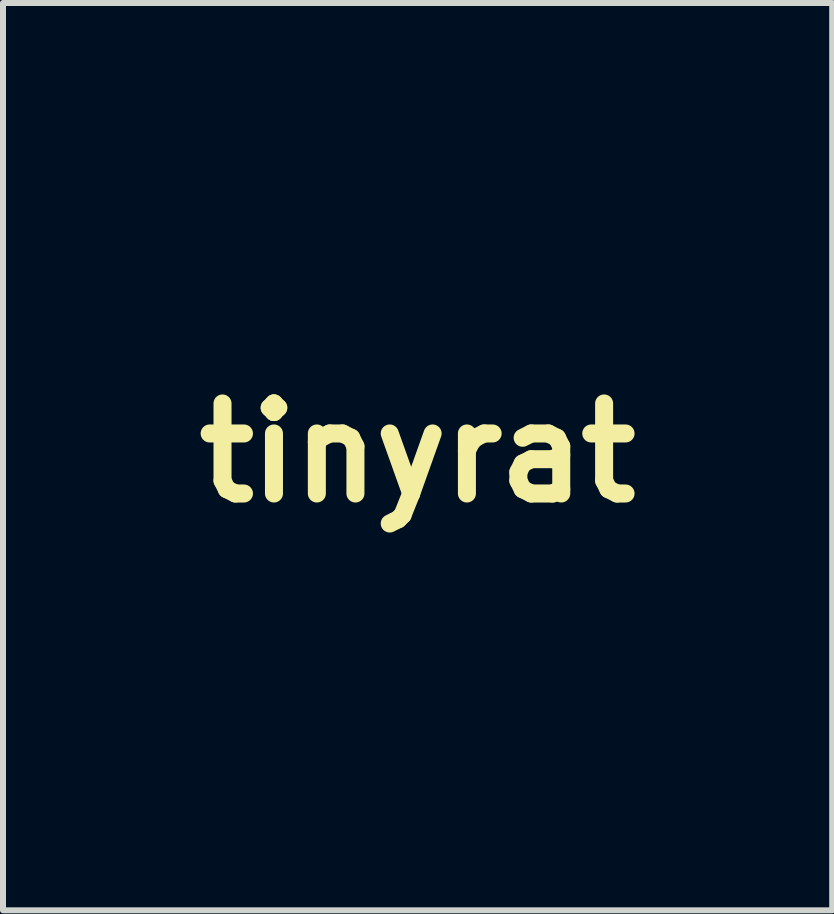
<source format=kicad_pcb>
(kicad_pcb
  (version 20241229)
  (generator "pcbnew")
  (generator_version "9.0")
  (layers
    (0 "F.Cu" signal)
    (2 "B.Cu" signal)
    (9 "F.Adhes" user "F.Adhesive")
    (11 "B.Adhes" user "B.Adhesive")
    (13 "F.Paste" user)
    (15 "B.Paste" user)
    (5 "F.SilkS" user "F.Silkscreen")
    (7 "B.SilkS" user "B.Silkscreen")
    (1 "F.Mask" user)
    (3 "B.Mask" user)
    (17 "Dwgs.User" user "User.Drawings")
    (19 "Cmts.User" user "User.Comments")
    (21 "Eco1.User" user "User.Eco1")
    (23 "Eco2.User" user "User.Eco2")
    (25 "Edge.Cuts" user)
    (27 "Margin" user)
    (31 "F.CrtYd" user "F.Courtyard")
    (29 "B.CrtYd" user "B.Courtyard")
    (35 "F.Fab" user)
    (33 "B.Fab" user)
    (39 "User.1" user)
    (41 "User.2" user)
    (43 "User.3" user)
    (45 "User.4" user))
  (footprint "tinyrat"
    (layer "F.Cu")
    (at 3.907 4.493)
    (property "Reference" "tinyrat" (at 0 0 0) (layer "F.SilkS") (effects (font (size 1.5 1.5) (thickness 0.3))))
    (attr board_only exclude_from_pos_files exclude_from_bom)
    (fp_poly (pts (xy 3.508 -4.423) (xy 3.673 -4.08) (xy 3.463 -3.414) (xy 3.175 -2.841) (xy 2.819 -1.96) (xy 2.66 -1.101) (xy 2.714 -0.425) (xy 2.91 -0.132) (xy 3.178 0.155) (xy 2.988 0.331) (xy 2.442 0.33) (xy 1.944 0.325) (xy 1.623 0.579) (xy 1.326 1.218) (xy 1.319 1.236) (xy 1.054 1.915) (xy 0.872 2.367) (xy 0.846 2.428) (xy 1.009 2.594) (xy 1.506 2.734) (xy 1.594 2.787) (xy 1.226 2.828) (xy 0.476 2.85) (xy -0.132 2.852) (xy -1.437 2.849) (xy -2.303 2.864) (xy -2.82 2.914) (xy -3.077 3.017) (xy -3.166 3.192) (xy -3.175 3.457) (xy -3.175 3.466) (xy -3.126 3.795) (xy -2.889 3.929) (xy -2.328 3.912) (xy -1.918 3.864) (xy -0.252 3.661) (xy 0.964 3.536) (xy 1.804 3.487) (xy 2.34 3.514) (xy 2.647 3.616) (xy 2.797 3.794) (xy 2.81 3.824) (xy 2.822 4.34) (xy 2.706 4.544) (xy 2.496 4.622) (xy 2.472 4.328) (xy 2.282 3.943) (xy 1.7 3.757) (xy 0.826 3.776) (xy -0.238 4.01) (xy -0.464 4.083) (xy -1.788 4.421) (xy -2.782 4.436) (xy -3.415 4.138) (xy -3.654 3.538) (xy -3.594 3.038) (xy -3.23 2.445) (xy -2.672 2.214) (xy -2.177 2.074) (xy -2.038 1.813) (xy -2.168 1.249) (xy -2.187 1.187) (xy -2.318 0.468) (xy -2.153 -0.175) (xy -1.941 -0.573) (xy -1.342 -1.282) (xy -0.445 -2) (xy 0.547 -2.574) (xy 0.921 -2.728) (xy 1.098 -3.027) (xy 1.125 -3.494) (xy 1.178 -3.992) (xy 1.542 -4.247) (xy 1.891 -4.334) (xy 2.928 -4.492)) (stroke (width 0) (type solid)) (fill yes) (layer "F.Mask"))
    (fp_poly (pts (xy 3.51 -4.425) (xy 3.675 -4.081) (xy 3.465 -3.416) (xy 3.177 -2.843) (xy 2.821 -1.961) (xy 2.662 -1.102) (xy 2.716 -0.426) (xy 2.913 -0.134) (xy 3.18 0.154) (xy 2.99 0.329) (xy 2.444 0.329) (xy 1.946 0.323) (xy 1.625 0.578) (xy 1.328 1.217) (xy 1.321 1.234) (xy 1.056 1.914) (xy 0.874 2.366) (xy 0.848 2.427) (xy 1.011 2.593) (xy 1.508 2.733) (xy 1.596 2.786) (xy 1.228 2.826) (xy 0.478 2.848) (xy -0.13 2.851) (xy -1.435 2.848) (xy -2.301 2.862) (xy -2.818 2.912) (xy -3.075 3.016) (xy -3.163 3.191) (xy -3.173 3.456) (xy -3.173 3.465) (xy -3.124 3.794) (xy -2.887 3.928) (xy -2.326 3.91) (xy -1.916 3.862) (xy -0.25 3.66) (xy 0.966 3.534) (xy 1.806 3.485) (xy 2.342 3.513) (xy 2.649 3.615) (xy 2.8 3.792) (xy 2.812 3.822) (xy 2.824 4.339) (xy 2.708 4.543) (xy 2.498 4.621) (xy 2.474 4.326) (xy 2.285 3.942) (xy 1.702 3.755) (xy 0.828 3.775) (xy -0.235 4.009) (xy -0.461 4.082) (xy -1.785 4.42) (xy -2.78 4.434) (xy -3.413 4.136) (xy -3.651 3.536) (xy -3.592 3.037) (xy -3.228 2.443) (xy -2.669 2.213) (xy -2.175 2.073) (xy -2.036 1.812) (xy -2.166 1.248) (xy -2.185 1.185) (xy -2.315 0.466) (xy -2.151 -0.176) (xy -1.939 -0.574) (xy -1.34 -1.283) (xy -0.443 -2.001) (xy 0.549 -2.575) (xy 0.924 -2.729) (xy 1.1 -3.029) (xy 1.128 -3.496) (xy 1.18 -3.993) (xy 1.545 -4.248) (xy 1.893 -4.335) (xy 2.93 -4.493)) (stroke (width 0) (type solid)) (fill yes) (layer "F.Mask")))
  (gr_rect
    (start -3 -3)
    (end 10.814 12.115)
    (stroke (width 0.1) (type default))
    (fill no)
    (layer "Edge.Cuts")))
</source>
